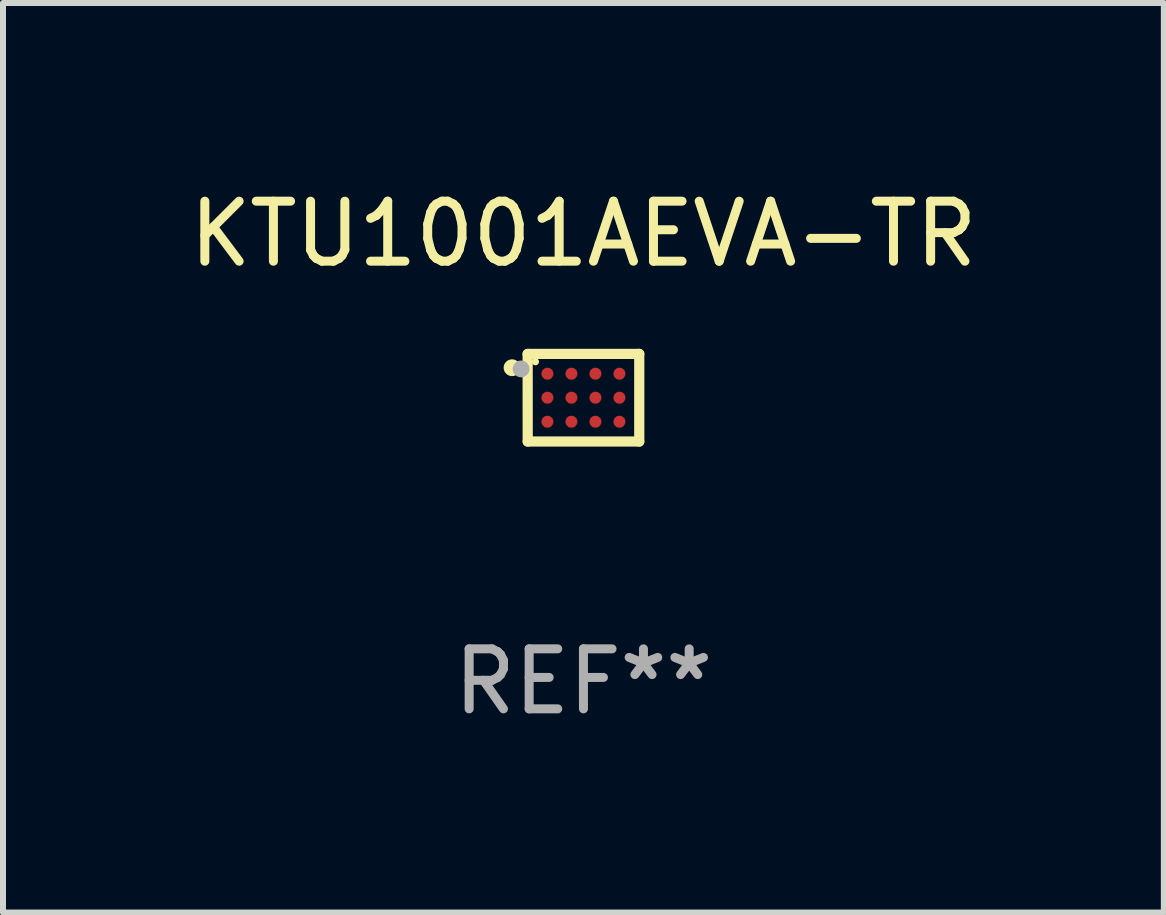
<source format=kicad_pcb>
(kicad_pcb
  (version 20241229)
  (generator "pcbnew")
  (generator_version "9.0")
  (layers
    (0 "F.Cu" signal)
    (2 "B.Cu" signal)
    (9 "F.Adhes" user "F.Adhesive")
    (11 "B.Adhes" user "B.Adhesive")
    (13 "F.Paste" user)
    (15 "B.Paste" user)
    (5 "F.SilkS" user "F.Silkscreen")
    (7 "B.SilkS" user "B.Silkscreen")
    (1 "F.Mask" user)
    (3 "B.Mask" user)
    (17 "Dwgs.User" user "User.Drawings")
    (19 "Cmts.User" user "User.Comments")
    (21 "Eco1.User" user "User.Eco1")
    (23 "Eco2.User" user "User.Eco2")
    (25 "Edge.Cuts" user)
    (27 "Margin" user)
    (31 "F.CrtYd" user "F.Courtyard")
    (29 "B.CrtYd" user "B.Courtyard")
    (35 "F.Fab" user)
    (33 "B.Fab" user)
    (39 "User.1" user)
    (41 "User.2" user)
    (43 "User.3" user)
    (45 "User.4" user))
  (footprint "KTU1001AEVA-TR"
    (layer "F.Cu")
    (at 6.673 3.578)
    (property "Reference" "KTU1001AEVA-TR" (at 0 -2.73 0) (layer "F.SilkS") (effects (font (size 1 1) (thickness 0.15))))
    (attr through_hole)
    (fp_line (start -0.93 -0.73) (end 0.93 -0.73) (stroke (width 0.17) (type solid)) (layer "F.SilkS"))
    (fp_line (start -0.929 0.73) (end -0.93 -0.73) (stroke (width 0.17) (type solid)) (layer "F.SilkS"))
    (fp_line (start 0.93 -0.73) (end 0.93 0.73) (stroke (width 0.17) (type solid)) (layer "F.SilkS"))
    (fp_line (start 0.93 0.73) (end -0.929 0.73) (stroke (width 0.17) (type solid)) (layer "F.SilkS"))
    (fp_circle (center -1.19 -0.5) (end -1.12 -0.5) (stroke (width 0.14) (type solid)) (fill no) (layer "F.SilkS"))
    (fp_circle (center -0.8 -0.6) (end -0.77 -0.6) (stroke (width 0.06) (type solid)) (fill no) (layer "F.SilkS"))
    (fp_circle (center -1.04 -0.48) (end -0.97 -0.48) (stroke (width 0.14) (type solid)) (fill no) (layer "F.Fab"))
    (fp_text user "REF**" (at 0 4.73 0) (layer "F.Fab") (effects (font (size 1 1) (thickness 0.15))))
    (pad "A1" smd circle (at -0.6 -0.4) (size 0.2 0.2) (layers "F.Cu" "F.Mask" "F.Paste"))
    (pad "A2" smd circle (at -0.2 -0.4) (size 0.2 0.2) (layers "F.Cu" "F.Mask" "F.Paste"))
    (pad "A3" smd circle (at 0.2 -0.4) (size 0.2 0.2) (layers "F.Cu" "F.Mask" "F.Paste"))
    (pad "A4" smd circle (at 0.6 -0.4) (size 0.2 0.2) (layers "F.Cu" "F.Mask" "F.Paste"))
    (pad "B1" smd circle (at -0.6 0.000038) (size 0.2 0.2) (layers "F.Cu" "F.Mask" "F.Paste"))
    (pad "B2" smd circle (at -0.2 0.000038) (size 0.2 0.2) (layers "F.Cu" "F.Mask" "F.Paste"))
    (pad "B3" smd circle (at 0.2 0.000038) (size 0.2 0.2) (layers "F.Cu" "F.Mask" "F.Paste"))
    (pad "B4" smd circle (at 0.6 0.000038) (size 0.2 0.2) (layers "F.Cu" "F.Mask" "F.Paste"))
    (pad "C1" smd circle (at -0.6 0.4) (size 0.2 0.2) (layers "F.Cu" "F.Mask" "F.Paste"))
    (pad "C2" smd circle (at -0.2 0.4) (size 0.2 0.2) (layers "F.Cu" "F.Mask" "F.Paste"))
    (pad "C3" smd circle (at 0.2 0.4) (size 0.2 0.2) (layers "F.Cu" "F.Mask" "F.Paste"))
    (pad "C4" smd circle (at 0.6 0.4) (size 0.2 0.2) (layers "F.Cu" "F.Mask" "F.Paste")))
  (gr_rect
    (start -3 -3)
    (end 16.345 12.157)
    (stroke (width 0.1) (type default))
    (fill no)
    (layer "Edge.Cuts")))
</source>
